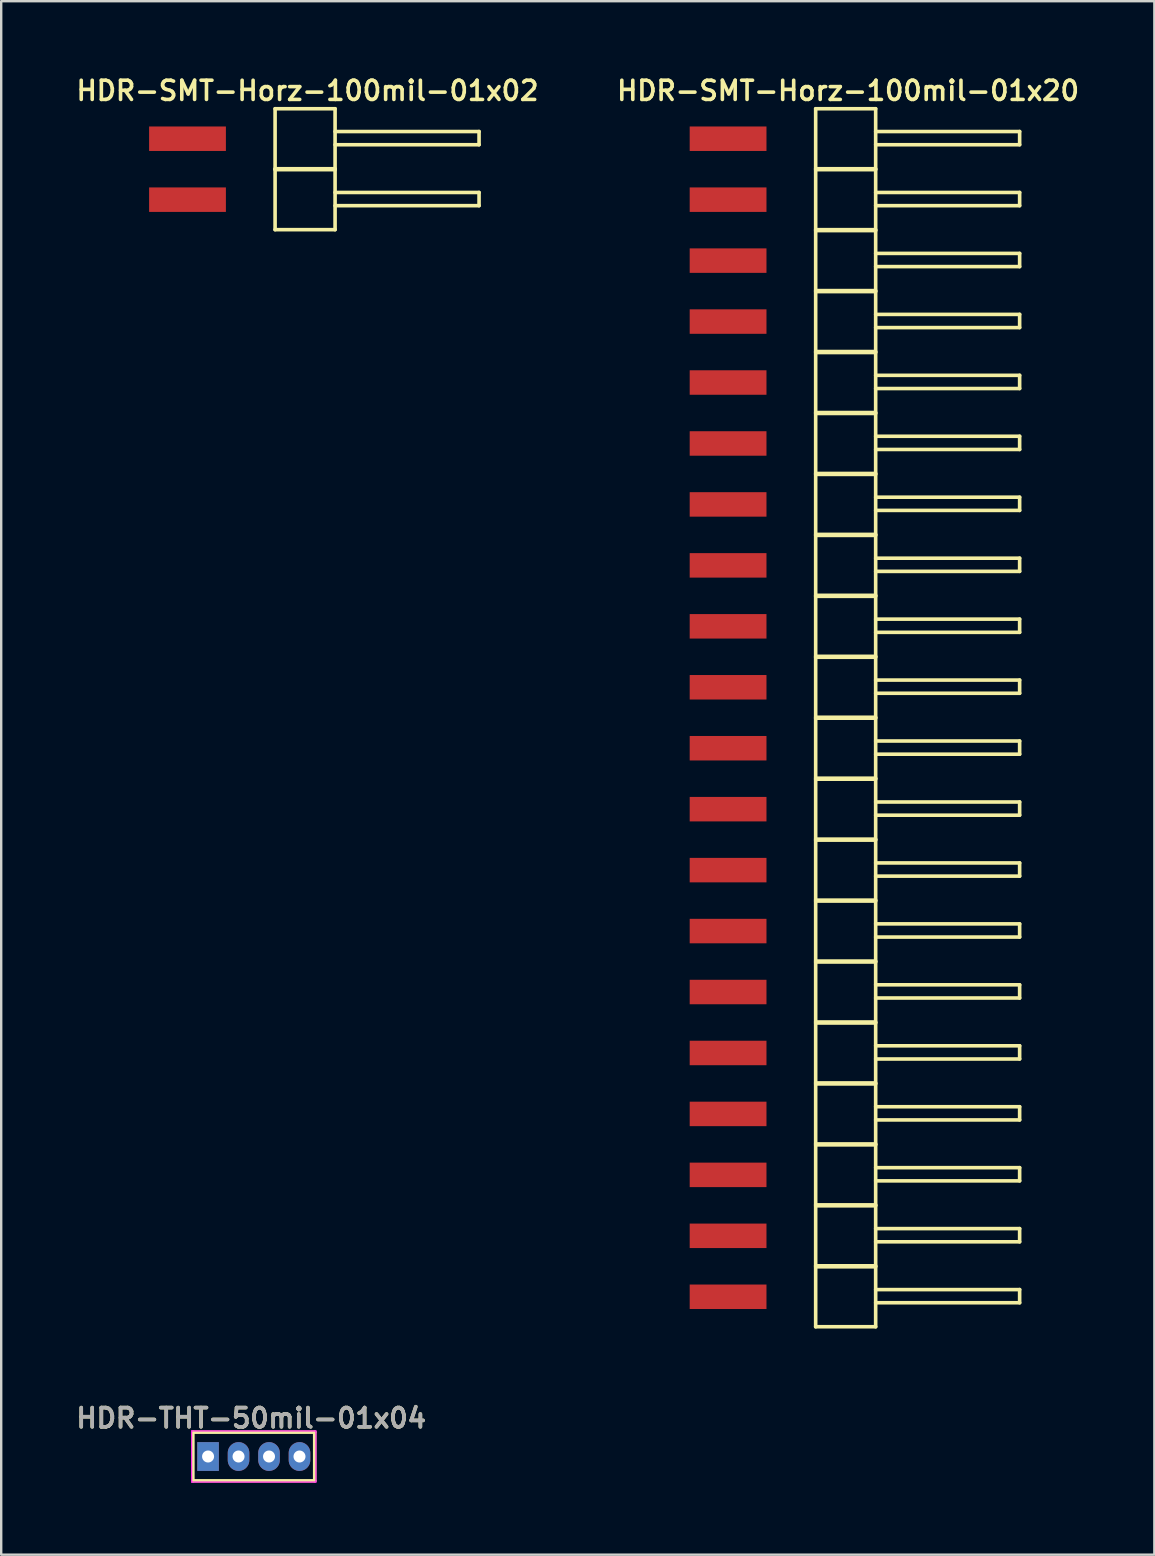
<source format=kicad_pcb>
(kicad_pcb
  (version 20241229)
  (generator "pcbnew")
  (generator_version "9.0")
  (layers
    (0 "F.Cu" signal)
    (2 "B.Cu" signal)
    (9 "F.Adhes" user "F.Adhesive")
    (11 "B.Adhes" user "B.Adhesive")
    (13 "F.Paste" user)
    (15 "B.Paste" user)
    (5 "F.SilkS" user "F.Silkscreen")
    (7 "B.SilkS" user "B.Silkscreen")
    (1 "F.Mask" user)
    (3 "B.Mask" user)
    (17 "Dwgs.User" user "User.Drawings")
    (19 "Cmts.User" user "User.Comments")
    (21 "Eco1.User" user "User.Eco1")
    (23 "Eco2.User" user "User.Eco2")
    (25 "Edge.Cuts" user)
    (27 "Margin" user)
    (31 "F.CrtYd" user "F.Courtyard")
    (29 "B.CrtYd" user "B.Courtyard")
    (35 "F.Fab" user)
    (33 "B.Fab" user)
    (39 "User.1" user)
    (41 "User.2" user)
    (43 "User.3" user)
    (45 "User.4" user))
  (footprint "HDR-THT-50mil-01x04"
    (layer "F.Cu")
    (at 5.621 57.648)
    (property "Reference" "HDR-THT-50mil-01x04" (at 1.8 -1.6 0) (layer "F.SilkS") (effects (font (size 0.8 0.8) (thickness 0.15))))
    (attr through_hole)
    (fp_line (start -0.635 -1.016) (end 4.445 -1.016) (stroke (width 0.15) (type solid)) (layer "F.SilkS"))
    (fp_line (start -0.635 1.016) (end -0.635 -1.016) (stroke (width 0.15) (type solid)) (layer "F.SilkS"))
    (fp_line (start -0.635 1.016) (end 4.445 1.016) (stroke (width 0.15) (type solid)) (layer "F.SilkS"))
    (fp_line (start 4.445 1.016) (end 4.445 -1.016) (stroke (width 0.15) (type solid)) (layer "F.SilkS"))
    (fp_line (start -0.685 -1.066) (end 4.495 -1.066) (stroke (width 0.05) (type solid)) (layer "F.CrtYd"))
    (fp_line (start -0.685 1.066) (end -0.685 -1.066) (stroke (width 0.05) (type solid)) (layer "F.CrtYd"))
    (fp_line (start 4.495 -1.066) (end 4.495 1.066) (stroke (width 0.05) (type solid)) (layer "F.CrtYd"))
    (fp_line (start 4.495 1.066) (end -0.685 1.066) (stroke (width 0.05) (type solid)) (layer "F.CrtYd"))
    (fp_text user "${REFERENCE}" (at 1.8 -1.6 0) (layer "F.Fab") (effects (font (size 0.8 0.8) (thickness 0.15))))
    (pad "1" thru_hole rect (at 0 0) (size 0.9 1.2) (drill 0.5) (layers "*.Cu" "*.Mask"))
    (pad "2" thru_hole oval (at 1.27 0) (size 0.9 1.2) (drill 0.5) (layers "*.Cu" "*.Mask"))
    (pad "3" thru_hole oval (at 2.54 0) (size 0.9 1.2) (drill 0.5) (layers "*.Cu" "*.Mask"))
    (pad "4" thru_hole oval (at 3.81 0) (size 0.9 1.2) (drill 0.5) (layers "*.Cu" "*.Mask")))
  (footprint "HDR-SMT-Horz-100mil-01x02"
    (layer "F.Cu")
    (at 4.764 2.731)
    (property "Reference" "HDR-SMT-Horz-100mil-01x02" (at 5 -2 0) (layer "F.SilkS") (effects (font (size 0.8 0.8) (thickness 0.15))))
    (attr smd)
    (fp_line (start 3.65 -1.25) (end 3.65 1.25) (stroke (width 0.15) (type solid)) (layer "F.SilkS"))
    (fp_line (start 3.65 -1.25) (end 6.15 -1.25) (stroke (width 0.15) (type solid)) (layer "F.SilkS"))
    (fp_line (start 3.65 1.25) (end 6.15 1.25) (stroke (width 0.15) (type solid)) (layer "F.SilkS"))
    (fp_line (start 3.65 1.29) (end 3.65 3.79) (stroke (width 0.15) (type solid)) (layer "F.SilkS"))
    (fp_line (start 3.65 1.29) (end 6.15 1.29) (stroke (width 0.15) (type solid)) (layer "F.SilkS"))
    (fp_line (start 3.65 3.79) (end 6.15 3.79) (stroke (width 0.15) (type solid)) (layer "F.SilkS"))
    (fp_line (start 6.15 -0.3) (end 12.15 -0.3) (stroke (width 0.15) (type solid)) (layer "F.SilkS"))
    (fp_line (start 6.15 1.25) (end 6.15 -1.25) (stroke (width 0.15) (type solid)) (layer "F.SilkS"))
    (fp_line (start 6.15 2.24) (end 12.15 2.24) (stroke (width 0.15) (type solid)) (layer "F.SilkS"))
    (fp_line (start 6.15 3.79) (end 6.15 1.29) (stroke (width 0.15) (type solid)) (layer "F.SilkS"))
    (fp_line (start 12.15 -0.3) (end 12.15 0.25) (stroke (width 0.15) (type solid)) (layer "F.SilkS"))
    (fp_line (start 12.15 0.25) (end 6.15 0.25) (stroke (width 0.15) (type solid)) (layer "F.SilkS"))
    (fp_line (start 12.15 2.24) (end 12.15 2.79) (stroke (width 0.15) (type solid)) (layer "F.SilkS"))
    (fp_line (start 12.15 2.79) (end 6.15 2.79) (stroke (width 0.15) (type solid)) (layer "F.SilkS"))
    (pad "1" smd rect (at 0 0) (size 3.2 1.02) (layers "F.Cu" "F.Mask" "F.Paste"))
    (pad "2" smd rect (at 0 2.54) (size 3.2 1.02) (layers "F.Cu" "F.Mask" "F.Paste")))
  (footprint "HDR-SMT-Horz-100mil-01x20"
    (layer "F.Cu")
    (at 27.292 2.731)
    (property "Reference" "HDR-SMT-Horz-100mil-01x20" (at 5 -2 0) (layer "F.SilkS") (effects (font (size 0.8 0.8) (thickness 0.15))))
    (attr smd)
    (fp_line (start 3.65 -1.25) (end 3.65 1.25) (stroke (width 0.15) (type solid)) (layer "F.SilkS"))
    (fp_line (start 3.65 -1.25) (end 6.15 -1.25) (stroke (width 0.15) (type solid)) (layer "F.SilkS"))
    (fp_line (start 3.65 1.25) (end 6.15 1.25) (stroke (width 0.15) (type solid)) (layer "F.SilkS"))
    (fp_line (start 3.65 1.29) (end 3.65 3.79) (stroke (width 0.15) (type solid)) (layer "F.SilkS"))
    (fp_line (start 3.65 1.29) (end 6.15 1.29) (stroke (width 0.15) (type solid)) (layer "F.SilkS"))
    (fp_line (start 3.65 3.79) (end 6.15 3.79) (stroke (width 0.15) (type solid)) (layer "F.SilkS"))
    (fp_line (start 3.65 3.83) (end 3.65 6.33) (stroke (width 0.15) (type solid)) (layer "F.SilkS"))
    (fp_line (start 3.65 3.83) (end 6.15 3.83) (stroke (width 0.15) (type solid)) (layer "F.SilkS"))
    (fp_line (start 3.65 6.33) (end 6.15 6.33) (stroke (width 0.15) (type solid)) (layer "F.SilkS"))
    (fp_line (start 3.65 6.37) (end 3.65 8.87) (stroke (width 0.15) (type solid)) (layer "F.SilkS"))
    (fp_line (start 3.65 6.37) (end 6.15 6.37) (stroke (width 0.15) (type solid)) (layer "F.SilkS"))
    (fp_line (start 3.65 8.87) (end 6.15 8.87) (stroke (width 0.15) (type solid)) (layer "F.SilkS"))
    (fp_line (start 3.65 8.91) (end 3.65 11.41) (stroke (width 0.15) (type solid)) (layer "F.SilkS"))
    (fp_line (start 3.65 8.91) (end 6.15 8.91) (stroke (width 0.15) (type solid)) (layer "F.SilkS"))
    (fp_line (start 3.65 11.41) (end 6.15 11.41) (stroke (width 0.15) (type solid)) (layer "F.SilkS"))
    (fp_line (start 3.65 11.45) (end 3.65 13.95) (stroke (width 0.15) (type solid)) (layer "F.SilkS"))
    (fp_line (start 3.65 11.45) (end 6.15 11.45) (stroke (width 0.15) (type solid)) (layer "F.SilkS"))
    (fp_line (start 3.65 13.95) (end 6.15 13.95) (stroke (width 0.15) (type solid)) (layer "F.SilkS"))
    (fp_line (start 3.65 13.99) (end 3.65 16.49) (stroke (width 0.15) (type solid)) (layer "F.SilkS"))
    (fp_line (start 3.65 13.99) (end 6.15 13.99) (stroke (width 0.15) (type solid)) (layer "F.SilkS"))
    (fp_line (start 3.65 16.49) (end 6.15 16.49) (stroke (width 0.15) (type solid)) (layer "F.SilkS"))
    (fp_line (start 3.65 16.53) (end 3.65 19.03) (stroke (width 0.15) (type solid)) (layer "F.SilkS"))
    (fp_line (start 3.65 16.53) (end 6.15 16.53) (stroke (width 0.15) (type solid)) (layer "F.SilkS"))
    (fp_line (start 3.65 19.03) (end 6.15 19.03) (stroke (width 0.15) (type solid)) (layer "F.SilkS"))
    (fp_line (start 3.65 19.07) (end 3.65 21.57) (stroke (width 0.15) (type solid)) (layer "F.SilkS"))
    (fp_line (start 3.65 19.07) (end 6.15 19.07) (stroke (width 0.15) (type solid)) (layer "F.SilkS"))
    (fp_line (start 3.65 21.57) (end 6.15 21.57) (stroke (width 0.15) (type solid)) (layer "F.SilkS"))
    (fp_line (start 3.65 21.61) (end 3.65 24.11) (stroke (width 0.15) (type solid)) (layer "F.SilkS"))
    (fp_line (start 3.65 21.61) (end 6.15 21.61) (stroke (width 0.15) (type solid)) (layer "F.SilkS"))
    (fp_line (start 3.65 24.11) (end 6.15 24.11) (stroke (width 0.15) (type solid)) (layer "F.SilkS"))
    (fp_line (start 3.65 24.15) (end 3.65 26.65) (stroke (width 0.15) (type solid)) (layer "F.SilkS"))
    (fp_line (start 3.65 24.15) (end 6.15 24.15) (stroke (width 0.15) (type solid)) (layer "F.SilkS"))
    (fp_line (start 3.65 26.65) (end 6.15 26.65) (stroke (width 0.15) (type solid)) (layer "F.SilkS"))
    (fp_line (start 3.65 26.69) (end 3.65 29.19) (stroke (width 0.15) (type solid)) (layer "F.SilkS"))
    (fp_line (start 3.65 26.69) (end 6.15 26.69) (stroke (width 0.15) (type solid)) (layer "F.SilkS"))
    (fp_line (start 3.65 29.19) (end 6.15 29.19) (stroke (width 0.15) (type solid)) (layer "F.SilkS"))
    (fp_line (start 3.65 29.23) (end 3.65 31.73) (stroke (width 0.15) (type solid)) (layer "F.SilkS"))
    (fp_line (start 3.65 29.23) (end 6.15 29.23) (stroke (width 0.15) (type solid)) (layer "F.SilkS"))
    (fp_line (start 3.65 31.73) (end 6.15 31.73) (stroke (width 0.15) (type solid)) (layer "F.SilkS"))
    (fp_line (start 3.65 31.77) (end 3.65 34.27) (stroke (width 0.15) (type solid)) (layer "F.SilkS"))
    (fp_line (start 3.65 31.77) (end 6.15 31.77) (stroke (width 0.15) (type solid)) (layer "F.SilkS"))
    (fp_line (start 3.65 34.27) (end 6.15 34.27) (stroke (width 0.15) (type solid)) (layer "F.SilkS"))
    (fp_line (start 3.65 34.31) (end 3.65 36.81) (stroke (width 0.15) (type solid)) (layer "F.SilkS"))
    (fp_line (start 3.65 34.31) (end 6.15 34.31) (stroke (width 0.15) (type solid)) (layer "F.SilkS"))
    (fp_line (start 3.65 36.81) (end 6.15 36.81) (stroke (width 0.15) (type solid)) (layer "F.SilkS"))
    (fp_line (start 3.65 36.85) (end 3.65 39.35) (stroke (width 0.15) (type solid)) (layer "F.SilkS"))
    (fp_line (start 3.65 36.85) (end 6.15 36.85) (stroke (width 0.15) (type solid)) (layer "F.SilkS"))
    (fp_line (start 3.65 39.35) (end 6.15 39.35) (stroke (width 0.15) (type solid)) (layer "F.SilkS"))
    (fp_line (start 3.65 39.39) (end 3.65 41.89) (stroke (width 0.15) (type solid)) (layer "F.SilkS"))
    (fp_line (start 3.65 39.39) (end 6.15 39.39) (stroke (width 0.15) (type solid)) (layer "F.SilkS"))
    (fp_line (start 3.65 41.89) (end 6.15 41.89) (stroke (width 0.15) (type solid)) (layer "F.SilkS"))
    (fp_line (start 3.65 41.93) (end 3.65 44.43) (stroke (width 0.15) (type solid)) (layer "F.SilkS"))
    (fp_line (start 3.65 41.93) (end 6.15 41.93) (stroke (width 0.15) (type solid)) (layer "F.SilkS"))
    (fp_line (start 3.65 44.43) (end 6.15 44.43) (stroke (width 0.15) (type solid)) (layer "F.SilkS"))
    (fp_line (start 3.65 44.47) (end 3.65 46.97) (stroke (width 0.15) (type solid)) (layer "F.SilkS"))
    (fp_line (start 3.65 44.47) (end 6.15 44.47) (stroke (width 0.15) (type solid)) (layer "F.SilkS"))
    (fp_line (start 3.65 46.97) (end 6.15 46.97) (stroke (width 0.15) (type solid)) (layer "F.SilkS"))
    (fp_line (start 3.65 47.01) (end 3.65 49.51) (stroke (width 0.15) (type solid)) (layer "F.SilkS"))
    (fp_line (start 3.65 47.01) (end 6.15 47.01) (stroke (width 0.15) (type solid)) (layer "F.SilkS"))
    (fp_line (start 3.65 49.51) (end 6.15 49.51) (stroke (width 0.15) (type solid)) (layer "F.SilkS"))
    (fp_line (start 6.15 -0.3) (end 12.15 -0.3) (stroke (width 0.15) (type solid)) (layer "F.SilkS"))
    (fp_line (start 6.15 1.25) (end 6.15 -1.25) (stroke (width 0.15) (type solid)) (layer "F.SilkS"))
    (fp_line (start 6.15 2.24) (end 12.15 2.24) (stroke (width 0.15) (type solid)) (layer "F.SilkS"))
    (fp_line (start 6.15 3.79) (end 6.15 1.29) (stroke (width 0.15) (type solid)) (layer "F.SilkS"))
    (fp_line (start 6.15 4.78) (end 12.15 4.78) (stroke (width 0.15) (type solid)) (layer "F.SilkS"))
    (fp_line (start 6.15 6.33) (end 6.15 3.83) (stroke (width 0.15) (type solid)) (layer "F.SilkS"))
    (fp_line (start 6.15 7.32) (end 12.15 7.32) (stroke (width 0.15) (type solid)) (layer "F.SilkS"))
    (fp_line (start 6.15 8.87) (end 6.15 6.37) (stroke (width 0.15) (type solid)) (layer "F.SilkS"))
    (fp_line (start 6.15 9.86) (end 12.15 9.86) (stroke (width 0.15) (type solid)) (layer "F.SilkS"))
    (fp_line (start 6.15 11.41) (end 6.15 8.91) (stroke (width 0.15) (type solid)) (layer "F.SilkS"))
    (fp_line (start 6.15 12.4) (end 12.15 12.4) (stroke (width 0.15) (type solid)) (layer "F.SilkS"))
    (fp_line (start 6.15 13.95) (end 6.15 11.45) (stroke (width 0.15) (type solid)) (layer "F.SilkS"))
    (fp_line (start 6.15 14.94) (end 12.15 14.94) (stroke (width 0.15) (type solid)) (layer "F.SilkS"))
    (fp_line (start 6.15 16.49) (end 6.15 13.99) (stroke (width 0.15) (type solid)) (layer "F.SilkS"))
    (fp_line (start 6.15 17.48) (end 12.15 17.48) (stroke (width 0.15) (type solid)) (layer "F.SilkS"))
    (fp_line (start 6.15 19.03) (end 6.15 16.53) (stroke (width 0.15) (type solid)) (layer "F.SilkS"))
    (fp_line (start 6.15 20.02) (end 12.15 20.02) (stroke (width 0.15) (type solid)) (layer "F.SilkS"))
    (fp_line (start 6.15 21.57) (end 6.15 19.07) (stroke (width 0.15) (type solid)) (layer "F.SilkS"))
    (fp_line (start 6.15 22.56) (end 12.15 22.56) (stroke (width 0.15) (type solid)) (layer "F.SilkS"))
    (fp_line (start 6.15 24.11) (end 6.15 21.61) (stroke (width 0.15) (type solid)) (layer "F.SilkS"))
    (fp_line (start 6.15 25.1) (end 12.15 25.1) (stroke (width 0.15) (type solid)) (layer "F.SilkS"))
    (fp_line (start 6.15 26.65) (end 6.15 24.15) (stroke (width 0.15) (type solid)) (layer "F.SilkS"))
    (fp_line (start 6.15 27.64) (end 12.15 27.64) (stroke (width 0.15) (type solid)) (layer "F.SilkS"))
    (fp_line (start 6.15 29.19) (end 6.15 26.69) (stroke (width 0.15) (type solid)) (layer "F.SilkS"))
    (fp_line (start 6.15 30.18) (end 12.15 30.18) (stroke (width 0.15) (type solid)) (layer "F.SilkS"))
    (fp_line (start 6.15 31.73) (end 6.15 29.23) (stroke (width 0.15) (type solid)) (layer "F.SilkS"))
    (fp_line (start 6.15 32.72) (end 12.15 32.72) (stroke (width 0.15) (type solid)) (layer "F.SilkS"))
    (fp_line (start 6.15 34.27) (end 6.15 31.77) (stroke (width 0.15) (type solid)) (layer "F.SilkS"))
    (fp_line (start 6.15 35.26) (end 12.15 35.26) (stroke (width 0.15) (type solid)) (layer "F.SilkS"))
    (fp_line (start 6.15 36.81) (end 6.15 34.31) (stroke (width 0.15) (type solid)) (layer "F.SilkS"))
    (fp_line (start 6.15 37.8) (end 12.15 37.8) (stroke (width 0.15) (type solid)) (layer "F.SilkS"))
    (fp_line (start 6.15 39.35) (end 6.15 36.85) (stroke (width 0.15) (type solid)) (layer "F.SilkS"))
    (fp_line (start 6.15 40.34) (end 12.15 40.34) (stroke (width 0.15) (type solid)) (layer "F.SilkS"))
    (fp_line (start 6.15 41.89) (end 6.15 39.39) (stroke (width 0.15) (type solid)) (layer "F.SilkS"))
    (fp_line (start 6.15 42.88) (end 12.15 42.88) (stroke (width 0.15) (type solid)) (layer "F.SilkS"))
    (fp_line (start 6.15 44.43) (end 6.15 41.93) (stroke (width 0.15) (type solid)) (layer "F.SilkS"))
    (fp_line (start 6.15 45.42) (end 12.15 45.42) (stroke (width 0.15) (type solid)) (layer "F.SilkS"))
    (fp_line (start 6.15 46.97) (end 6.15 44.47) (stroke (width 0.15) (type solid)) (layer "F.SilkS"))
    (fp_line (start 6.15 47.96) (end 12.15 47.96) (stroke (width 0.15) (type solid)) (layer "F.SilkS"))
    (fp_line (start 6.15 49.51) (end 6.15 47.01) (stroke (width 0.15) (type solid)) (layer "F.SilkS"))
    (fp_line (start 12.15 -0.3) (end 12.15 0.25) (stroke (width 0.15) (type solid)) (layer "F.SilkS"))
    (fp_line (start 12.15 0.25) (end 6.15 0.25) (stroke (width 0.15) (type solid)) (layer "F.SilkS"))
    (fp_line (start 12.15 2.24) (end 12.15 2.79) (stroke (width 0.15) (type solid)) (layer "F.SilkS"))
    (fp_line (start 12.15 2.79) (end 6.15 2.79) (stroke (width 0.15) (type solid)) (layer "F.SilkS"))
    (fp_line (start 12.15 4.78) (end 12.15 5.33) (stroke (width 0.15) (type solid)) (layer "F.SilkS"))
    (fp_line (start 12.15 5.33) (end 6.15 5.33) (stroke (width 0.15) (type solid)) (layer "F.SilkS"))
    (fp_line (start 12.15 7.32) (end 12.15 7.87) (stroke (width 0.15) (type solid)) (layer "F.SilkS"))
    (fp_line (start 12.15 7.87) (end 6.15 7.87) (stroke (width 0.15) (type solid)) (layer "F.SilkS"))
    (fp_line (start 12.15 9.86) (end 12.15 10.41) (stroke (width 0.15) (type solid)) (layer "F.SilkS"))
    (fp_line (start 12.15 10.41) (end 6.15 10.41) (stroke (width 0.15) (type solid)) (layer "F.SilkS"))
    (fp_line (start 12.15 12.4) (end 12.15 12.95) (stroke (width 0.15) (type solid)) (layer "F.SilkS"))
    (fp_line (start 12.15 12.95) (end 6.15 12.95) (stroke (width 0.15) (type solid)) (layer "F.SilkS"))
    (fp_line (start 12.15 14.94) (end 12.15 15.49) (stroke (width 0.15) (type solid)) (layer "F.SilkS"))
    (fp_line (start 12.15 15.49) (end 6.15 15.49) (stroke (width 0.15) (type solid)) (layer "F.SilkS"))
    (fp_line (start 12.15 17.48) (end 12.15 18.03) (stroke (width 0.15) (type solid)) (layer "F.SilkS"))
    (fp_line (start 12.15 18.03) (end 6.15 18.03) (stroke (width 0.15) (type solid)) (layer "F.SilkS"))
    (fp_line (start 12.15 20.02) (end 12.15 20.57) (stroke (width 0.15) (type solid)) (layer "F.SilkS"))
    (fp_line (start 12.15 20.57) (end 6.15 20.57) (stroke (width 0.15) (type solid)) (layer "F.SilkS"))
    (fp_line (start 12.15 22.56) (end 12.15 23.11) (stroke (width 0.15) (type solid)) (layer "F.SilkS"))
    (fp_line (start 12.15 23.11) (end 6.15 23.11) (stroke (width 0.15) (type solid)) (layer "F.SilkS"))
    (fp_line (start 12.15 25.1) (end 12.15 25.65) (stroke (width 0.15) (type solid)) (layer "F.SilkS"))
    (fp_line (start 12.15 25.65) (end 6.15 25.65) (stroke (width 0.15) (type solid)) (layer "F.SilkS"))
    (fp_line (start 12.15 27.64) (end 12.15 28.19) (stroke (width 0.15) (type solid)) (layer "F.SilkS"))
    (fp_line (start 12.15 28.19) (end 6.15 28.19) (stroke (width 0.15) (type solid)) (layer "F.SilkS"))
    (fp_line (start 12.15 30.18) (end 12.15 30.73) (stroke (width 0.15) (type solid)) (layer "F.SilkS"))
    (fp_line (start 12.15 30.73) (end 6.15 30.73) (stroke (width 0.15) (type solid)) (layer "F.SilkS"))
    (fp_line (start 12.15 32.72) (end 12.15 33.27) (stroke (width 0.15) (type solid)) (layer "F.SilkS"))
    (fp_line (start 12.15 33.27) (end 6.15 33.27) (stroke (width 0.15) (type solid)) (layer "F.SilkS"))
    (fp_line (start 12.15 35.26) (end 12.15 35.81) (stroke (width 0.15) (type solid)) (layer "F.SilkS"))
    (fp_line (start 12.15 35.81) (end 6.15 35.81) (stroke (width 0.15) (type solid)) (layer "F.SilkS"))
    (fp_line (start 12.15 37.8) (end 12.15 38.35) (stroke (width 0.15) (type solid)) (layer "F.SilkS"))
    (fp_line (start 12.15 38.35) (end 6.15 38.35) (stroke (width 0.15) (type solid)) (layer "F.SilkS"))
    (fp_line (start 12.15 40.34) (end 12.15 40.89) (stroke (width 0.15) (type solid)) (layer "F.SilkS"))
    (fp_line (start 12.15 40.89) (end 6.15 40.89) (stroke (width 0.15) (type solid)) (layer "F.SilkS"))
    (fp_line (start 12.15 42.88) (end 12.15 43.43) (stroke (width 0.15) (type solid)) (layer "F.SilkS"))
    (fp_line (start 12.15 43.43) (end 6.15 43.43) (stroke (width 0.15) (type solid)) (layer "F.SilkS"))
    (fp_line (start 12.15 45.42) (end 12.15 45.97) (stroke (width 0.15) (type solid)) (layer "F.SilkS"))
    (fp_line (start 12.15 45.97) (end 6.15 45.97) (stroke (width 0.15) (type solid)) (layer "F.SilkS"))
    (fp_line (start 12.15 47.96) (end 12.15 48.51) (stroke (width 0.15) (type solid)) (layer "F.SilkS"))
    (fp_line (start 12.15 48.51) (end 6.15 48.51) (stroke (width 0.15) (type solid)) (layer "F.SilkS"))
    (pad "1" smd rect (at 0 0) (size 3.2 1.02) (layers "F.Cu" "F.Mask" "F.Paste"))
    (pad "2" smd rect (at 0 2.54) (size 3.2 1.02) (layers "F.Cu" "F.Mask" "F.Paste"))
    (pad "3" smd rect (at 0 5.08) (size 3.2 1.02) (layers "F.Cu" "F.Mask" "F.Paste"))
    (pad "4" smd rect (at 0 7.62) (size 3.2 1.02) (layers "F.Cu" "F.Mask" "F.Paste"))
    (pad "5" smd rect (at 0 10.16) (size 3.2 1.02) (layers "F.Cu" "F.Mask" "F.Paste"))
    (pad "6" smd rect (at 0 12.7) (size 3.2 1.02) (layers "F.Cu" "F.Mask" "F.Paste"))
    (pad "7" smd rect (at 0 15.24) (size 3.2 1.02) (layers "F.Cu" "F.Mask" "F.Paste"))
    (pad "8" smd rect (at 0 17.78) (size 3.2 1.02) (layers "F.Cu" "F.Mask" "F.Paste"))
    (pad "9" smd rect (at 0 20.32) (size 3.2 1.02) (layers "F.Cu" "F.Mask" "F.Paste"))
    (pad "10" smd rect (at 0 22.86) (size 3.2 1.02) (layers "F.Cu" "F.Mask" "F.Paste"))
    (pad "11" smd rect (at 0 25.4) (size 3.2 1.02) (layers "F.Cu" "F.Mask" "F.Paste"))
    (pad "12" smd rect (at 0 27.94) (size 3.2 1.02) (layers "F.Cu" "F.Mask" "F.Paste"))
    (pad "13" smd rect (at 0 30.48) (size 3.2 1.02) (layers "F.Cu" "F.Mask" "F.Paste"))
    (pad "14" smd rect (at 0 33.02) (size 3.2 1.02) (layers "F.Cu" "F.Mask" "F.Paste"))
    (pad "15" smd rect (at 0 35.56) (size 3.2 1.02) (layers "F.Cu" "F.Mask" "F.Paste"))
    (pad "16" smd rect (at 0 38.1) (size 3.2 1.02) (layers "F.Cu" "F.Mask" "F.Paste"))
    (pad "17" smd rect (at 0 40.64) (size 3.2 1.02) (layers "F.Cu" "F.Mask" "F.Paste"))
    (pad "18" smd rect (at 0 43.18) (size 3.2 1.02) (layers "F.Cu" "F.Mask" "F.Paste"))
    (pad "19" smd rect (at 0 45.72) (size 3.2 1.02) (layers "F.Cu" "F.Mask" "F.Paste"))
    (pad "20" smd rect (at 0 48.26) (size 3.2 1.02) (layers "F.Cu" "F.Mask" "F.Paste")))
  (gr_rect
    (start -3 -3)
    (end 45.056 61.739)
    (stroke (width 0.1) (type default))
    (fill no)
    (layer "Edge.Cuts")))
</source>
